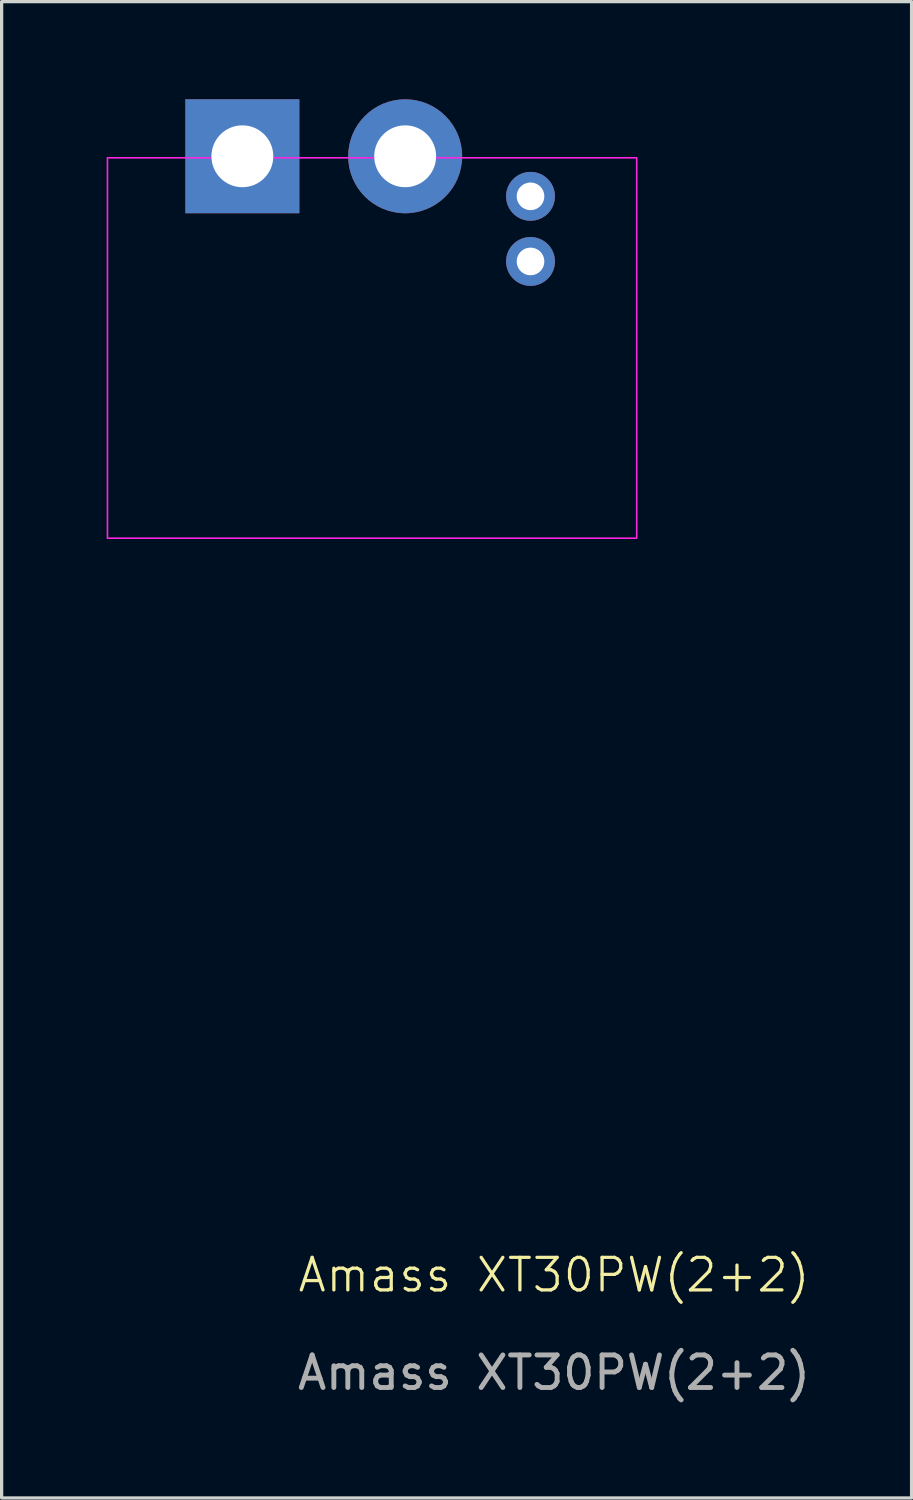
<source format=kicad_pcb>
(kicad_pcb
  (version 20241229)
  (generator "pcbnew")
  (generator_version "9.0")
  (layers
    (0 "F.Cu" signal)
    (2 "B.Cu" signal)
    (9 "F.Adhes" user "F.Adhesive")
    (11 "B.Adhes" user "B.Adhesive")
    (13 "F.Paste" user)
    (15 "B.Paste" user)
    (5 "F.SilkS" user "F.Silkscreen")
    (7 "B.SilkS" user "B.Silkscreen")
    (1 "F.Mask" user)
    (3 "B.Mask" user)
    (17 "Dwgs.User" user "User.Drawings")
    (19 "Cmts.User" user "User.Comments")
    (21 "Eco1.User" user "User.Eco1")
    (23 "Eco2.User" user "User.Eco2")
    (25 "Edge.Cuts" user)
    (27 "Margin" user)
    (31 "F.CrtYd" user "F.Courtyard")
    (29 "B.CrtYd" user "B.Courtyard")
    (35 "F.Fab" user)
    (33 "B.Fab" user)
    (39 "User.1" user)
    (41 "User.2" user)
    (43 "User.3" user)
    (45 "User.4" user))
  (footprint "Amass XT30PW(2+2)"
    (layer "F.Cu")
    (at 0.25 13.48)
    (property "Reference" "Amass XT30PW(2+2)" (at 13.716 22.63 0) (unlocked yes) (layer "F.SilkS") (effects (font (size 1 1) (thickness 0.1))))
    (attr through_hole)
    (fp_rect (start 0 -11.684) (end 16.256 0) (stroke (width 0.05) (type default)) (fill no) (layer "F.CrtYd"))
    (fp_text user "${REFERENCE}" (at 13.716 25.63 0) (unlocked yes) (layer "F.Fab") (effects (font (size 1 1) (thickness 0.15))))
    (pad "1" thru_hole rect (at 4.144 -11.73) (size 3.5 3.5) (drill 1.9) (layers "*.Cu" "*.Mask"))
    (pad "2" thru_hole circle (at 9.144 -11.73) (size 3.5 3.5) (drill 1.9) (layers "*.Cu" "*.Mask"))
    (pad "3" thru_hole circle (at 12.994 -10.5) (size 1.5 1.5) (drill 0.85) (layers "*.Cu" "*.Mask"))
    (pad "4" thru_hole circle (at 12.994 -8.5) (size 1.5 1.5) (drill 0.85) (layers "*.Cu" "*.Mask")))
  (gr_rect
    (start -3 -3)
    (end 24.948 42.958)
    (stroke (width 0.1) (type default))
    (fill no)
    (layer "Edge.Cuts")))
</source>
